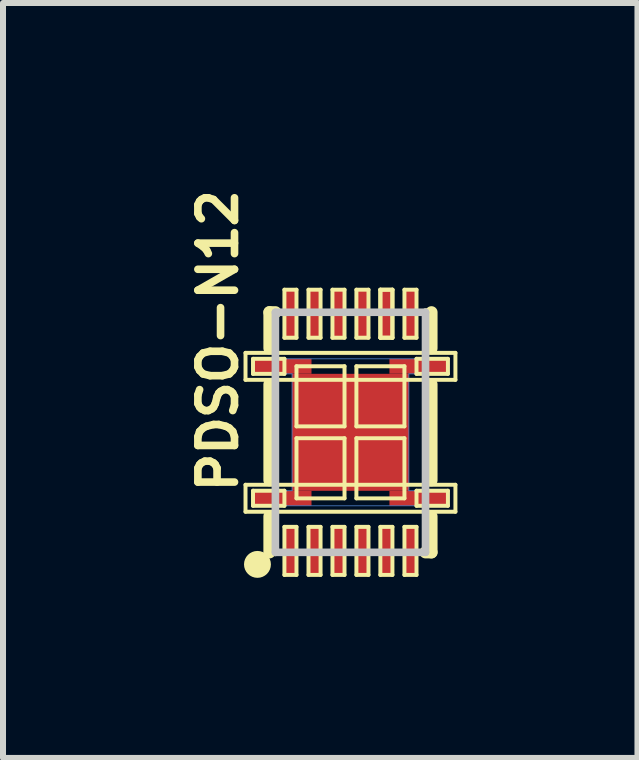
<source format=kicad_pcb>
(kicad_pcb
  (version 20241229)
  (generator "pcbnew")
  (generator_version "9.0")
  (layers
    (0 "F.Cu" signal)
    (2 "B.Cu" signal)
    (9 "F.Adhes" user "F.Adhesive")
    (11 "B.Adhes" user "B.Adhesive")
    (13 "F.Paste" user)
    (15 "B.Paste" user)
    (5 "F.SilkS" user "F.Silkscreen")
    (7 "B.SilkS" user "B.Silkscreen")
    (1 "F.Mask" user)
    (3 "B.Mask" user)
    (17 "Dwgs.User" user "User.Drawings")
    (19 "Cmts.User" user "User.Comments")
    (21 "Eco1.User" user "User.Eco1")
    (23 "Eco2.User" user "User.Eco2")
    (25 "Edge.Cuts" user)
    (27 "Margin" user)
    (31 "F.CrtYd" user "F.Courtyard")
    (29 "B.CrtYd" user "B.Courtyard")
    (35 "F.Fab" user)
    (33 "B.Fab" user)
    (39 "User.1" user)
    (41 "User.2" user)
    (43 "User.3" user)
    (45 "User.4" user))
  (footprint "PDSO-N12"
    (layer "F.Cu")
    (at 2.787 4.15)
    (property "Reference" "PDSO-N12" (at -2.207 -1.524 90) (layer "F.SilkS") (effects (font (size 0.61 0.61) (thickness 0.127))))
    (attr smd)
    (fp_line (start -1.648 -1.224) (end -1.648 -0.973) (stroke (width 0.013) (type solid)) (layer "B.Cu"))
    (fp_line (start -1.648 -0.973) (end -0.973 -0.973) (stroke (width 0.013) (type solid)) (layer "B.Cu"))
    (fp_line (start -1.648 0.973) (end -1.648 1.224) (stroke (width 0.013) (type solid)) (layer "B.Cu"))
    (fp_line (start -1.648 1.224) (end 1.648 1.224) (stroke (width 0.013) (type solid)) (layer "B.Cu"))
    (fp_line (start -0.973 -0.973) (end -0.973 0.973) (stroke (width 0.013) (type solid)) (layer "B.Cu"))
    (fp_line (start -0.973 0.973) (end -1.648 0.973) (stroke (width 0.013) (type solid)) (layer "B.Cu"))
    (fp_line (start 0.973 -0.973) (end 1.648 -0.973) (stroke (width 0.013) (type solid)) (layer "B.Cu"))
    (fp_line (start 0.973 0.973) (end 0.973 -0.973) (stroke (width 0.013) (type solid)) (layer "B.Cu"))
    (fp_line (start 1.648 -1.224) (end -1.648 -1.224) (stroke (width 0.013) (type solid)) (layer "B.Cu"))
    (fp_line (start 1.648 -0.973) (end 1.648 -1.224) (stroke (width 0.013) (type solid)) (layer "B.Cu"))
    (fp_line (start 1.648 0.973) (end 0.973 0.973) (stroke (width 0.013) (type solid)) (layer "B.Cu"))
    (fp_line (start 1.648 1.224) (end 1.648 0.973) (stroke (width 0.013) (type solid)) (layer "B.Cu"))
    (fp_line (start -1.748 -1.323) (end 1.748 -1.323) (stroke (width 0.066) (type solid)) (layer "F.SilkS"))
    (fp_line (start -1.748 -0.874) (end -1.748 -1.323) (stroke (width 0.066) (type solid)) (layer "F.SilkS"))
    (fp_line (start -1.748 -0.874) (end 1.748 -0.874) (stroke (width 0.066) (type solid)) (layer "F.SilkS"))
    (fp_line (start -1.748 0.874) (end 1.748 0.874) (stroke (width 0.066) (type solid)) (layer "F.SilkS"))
    (fp_line (start -1.748 1.323) (end -1.748 0.874) (stroke (width 0.066) (type solid)) (layer "F.SilkS"))
    (fp_line (start -1.748 1.323) (end 1.748 1.323) (stroke (width 0.066) (type solid)) (layer "F.SilkS"))
    (fp_line (start -1.623 -1.224) (end -1.1 -1.224) (stroke (width 0.066) (type solid)) (layer "F.SilkS"))
    (fp_line (start -1.623 -0.973) (end -1.623 -1.224) (stroke (width 0.066) (type solid)) (layer "F.SilkS"))
    (fp_line (start -1.623 -0.973) (end -1.1 -0.973) (stroke (width 0.066) (type solid)) (layer "F.SilkS"))
    (fp_line (start -1.623 0.973) (end -1.1 0.973) (stroke (width 0.066) (type solid)) (layer "F.SilkS"))
    (fp_line (start -1.623 1.224) (end -1.623 0.973) (stroke (width 0.066) (type solid)) (layer "F.SilkS"))
    (fp_line (start -1.623 1.224) (end -1.1 1.224) (stroke (width 0.066) (type solid)) (layer "F.SilkS"))
    (fp_line (start -1.349 -1.999) (end -1.349 -1.4) (stroke (width 0.203) (type solid)) (layer "F.SilkS"))
    (fp_line (start -1.349 -1.999) (end -1.25 -1.999) (stroke (width 0.203) (type solid)) (layer "F.SilkS"))
    (fp_line (start -1.349 -0.798) (end -1.349 0.798) (stroke (width 0.203) (type solid)) (layer "F.SilkS"))
    (fp_line (start -1.349 1.999) (end -1.349 1.4) (stroke (width 0.203) (type solid)) (layer "F.SilkS"))
    (fp_line (start -1.349 1.999) (end -1.25 1.999) (stroke (width 0.127) (type solid)) (layer "F.SilkS"))
    (fp_line (start -1.1 -2.375) (end -0.899 -2.375) (stroke (width 0.066) (type solid)) (layer "F.SilkS"))
    (fp_line (start -1.1 -1.575) (end -1.1 -2.375) (stroke (width 0.066) (type solid)) (layer "F.SilkS"))
    (fp_line (start -1.1 -1.575) (end -0.899 -1.575) (stroke (width 0.066) (type solid)) (layer "F.SilkS"))
    (fp_line (start -1.1 -0.973) (end -1.1 -1.224) (stroke (width 0.066) (type solid)) (layer "F.SilkS"))
    (fp_line (start -1.1 1.224) (end -1.1 0.973) (stroke (width 0.066) (type solid)) (layer "F.SilkS"))
    (fp_line (start -1.1 1.575) (end -0.899 1.575) (stroke (width 0.066) (type solid)) (layer "F.SilkS"))
    (fp_line (start -1.1 2.375) (end -1.1 1.575) (stroke (width 0.066) (type solid)) (layer "F.SilkS"))
    (fp_line (start -1.1 2.375) (end -0.899 2.375) (stroke (width 0.066) (type solid)) (layer "F.SilkS"))
    (fp_line (start -0.899 -1.575) (end -0.899 -2.375) (stroke (width 0.066) (type solid)) (layer "F.SilkS"))
    (fp_line (start -0.899 -1.1) (end -0.099 -1.1) (stroke (width 0.066) (type solid)) (layer "F.SilkS"))
    (fp_line (start -0.899 -0.099) (end -0.899 -1.1) (stroke (width 0.066) (type solid)) (layer "F.SilkS"))
    (fp_line (start -0.899 -0.099) (end -0.099 -0.099) (stroke (width 0.066) (type solid)) (layer "F.SilkS"))
    (fp_line (start -0.899 0.099) (end -0.099 0.099) (stroke (width 0.066) (type solid)) (layer "F.SilkS"))
    (fp_line (start -0.899 1.1) (end -0.899 0.099) (stroke (width 0.066) (type solid)) (layer "F.SilkS"))
    (fp_line (start -0.899 1.1) (end -0.099 1.1) (stroke (width 0.066) (type solid)) (layer "F.SilkS"))
    (fp_line (start -0.899 2.375) (end -0.899 1.575) (stroke (width 0.066) (type solid)) (layer "F.SilkS"))
    (fp_line (start -0.699 -2.375) (end -0.498 -2.375) (stroke (width 0.066) (type solid)) (layer "F.SilkS"))
    (fp_line (start -0.699 -1.575) (end -0.699 -2.375) (stroke (width 0.066) (type solid)) (layer "F.SilkS"))
    (fp_line (start -0.699 -1.575) (end -0.498 -1.575) (stroke (width 0.066) (type solid)) (layer "F.SilkS"))
    (fp_line (start -0.699 1.575) (end -0.498 1.575) (stroke (width 0.066) (type solid)) (layer "F.SilkS"))
    (fp_line (start -0.699 2.375) (end -0.699 1.575) (stroke (width 0.066) (type solid)) (layer "F.SilkS"))
    (fp_line (start -0.699 2.375) (end -0.498 2.375) (stroke (width 0.066) (type solid)) (layer "F.SilkS"))
    (fp_line (start -0.498 -1.575) (end -0.498 -2.375) (stroke (width 0.066) (type solid)) (layer "F.SilkS"))
    (fp_line (start -0.498 2.375) (end -0.498 1.575) (stroke (width 0.066) (type solid)) (layer "F.SilkS"))
    (fp_line (start -0.3 -2.375) (end -0.099 -2.375) (stroke (width 0.066) (type solid)) (layer "F.SilkS"))
    (fp_line (start -0.3 -1.575) (end -0.3 -2.375) (stroke (width 0.066) (type solid)) (layer "F.SilkS"))
    (fp_line (start -0.3 -1.575) (end -0.099 -1.575) (stroke (width 0.066) (type solid)) (layer "F.SilkS"))
    (fp_line (start -0.3 1.575) (end -0.099 1.575) (stroke (width 0.066) (type solid)) (layer "F.SilkS"))
    (fp_line (start -0.3 2.375) (end -0.3 1.575) (stroke (width 0.066) (type solid)) (layer "F.SilkS"))
    (fp_line (start -0.3 2.375) (end -0.099 2.375) (stroke (width 0.066) (type solid)) (layer "F.SilkS"))
    (fp_line (start -0.099 -1.575) (end -0.099 -2.375) (stroke (width 0.066) (type solid)) (layer "F.SilkS"))
    (fp_line (start -0.099 -0.099) (end -0.099 -1.1) (stroke (width 0.066) (type solid)) (layer "F.SilkS"))
    (fp_line (start -0.099 1.1) (end -0.099 0.099) (stroke (width 0.066) (type solid)) (layer "F.SilkS"))
    (fp_line (start -0.099 2.375) (end -0.099 1.575) (stroke (width 0.066) (type solid)) (layer "F.SilkS"))
    (fp_line (start 0.099 -2.375) (end 0.3 -2.375) (stroke (width 0.066) (type solid)) (layer "F.SilkS"))
    (fp_line (start 0.099 -1.575) (end 0.099 -2.375) (stroke (width 0.066) (type solid)) (layer "F.SilkS"))
    (fp_line (start 0.099 -1.575) (end 0.3 -1.575) (stroke (width 0.066) (type solid)) (layer "F.SilkS"))
    (fp_line (start 0.099 -1.1) (end 0.899 -1.1) (stroke (width 0.066) (type solid)) (layer "F.SilkS"))
    (fp_line (start 0.099 -0.099) (end 0.099 -1.1) (stroke (width 0.066) (type solid)) (layer "F.SilkS"))
    (fp_line (start 0.099 -0.099) (end 0.899 -0.099) (stroke (width 0.066) (type solid)) (layer "F.SilkS"))
    (fp_line (start 0.099 0.099) (end 0.899 0.099) (stroke (width 0.066) (type solid)) (layer "F.SilkS"))
    (fp_line (start 0.099 1.1) (end 0.099 0.099) (stroke (width 0.066) (type solid)) (layer "F.SilkS"))
    (fp_line (start 0.099 1.1) (end 0.899 1.1) (stroke (width 0.066) (type solid)) (layer "F.SilkS"))
    (fp_line (start 0.099 1.575) (end 0.3 1.575) (stroke (width 0.066) (type solid)) (layer "F.SilkS"))
    (fp_line (start 0.099 2.375) (end 0.099 1.575) (stroke (width 0.066) (type solid)) (layer "F.SilkS"))
    (fp_line (start 0.099 2.375) (end 0.3 2.375) (stroke (width 0.066) (type solid)) (layer "F.SilkS"))
    (fp_line (start 0.3 -1.575) (end 0.3 -2.375) (stroke (width 0.066) (type solid)) (layer "F.SilkS"))
    (fp_line (start 0.3 2.375) (end 0.3 1.575) (stroke (width 0.066) (type solid)) (layer "F.SilkS"))
    (fp_line (start 0.498 -2.375) (end 0.699 -2.375) (stroke (width 0.066) (type solid)) (layer "F.SilkS"))
    (fp_line (start 0.498 -2.375) (end 0.699 -2.375) (stroke (width 0.066) (type solid)) (layer "F.SilkS"))
    (fp_line (start 0.498 -1.575) (end 0.498 -2.375) (stroke (width 0.066) (type solid)) (layer "F.SilkS"))
    (fp_line (start 0.498 -1.575) (end 0.498 -2.375) (stroke (width 0.066) (type solid)) (layer "F.SilkS"))
    (fp_line (start 0.498 -1.575) (end 0.699 -1.575) (stroke (width 0.066) (type solid)) (layer "F.SilkS"))
    (fp_line (start 0.498 -1.575) (end 0.699 -1.575) (stroke (width 0.066) (type solid)) (layer "F.SilkS"))
    (fp_line (start 0.498 1.575) (end 0.699 1.575) (stroke (width 0.066) (type solid)) (layer "F.SilkS"))
    (fp_line (start 0.498 2.375) (end 0.498 1.575) (stroke (width 0.066) (type solid)) (layer "F.SilkS"))
    (fp_line (start 0.498 2.375) (end 0.699 2.375) (stroke (width 0.066) (type solid)) (layer "F.SilkS"))
    (fp_line (start 0.699 -1.575) (end 0.699 -2.375) (stroke (width 0.066) (type solid)) (layer "F.SilkS"))
    (fp_line (start 0.699 -1.575) (end 0.699 -2.375) (stroke (width 0.066) (type solid)) (layer "F.SilkS"))
    (fp_line (start 0.699 2.375) (end 0.699 1.575) (stroke (width 0.066) (type solid)) (layer "F.SilkS"))
    (fp_line (start 0.899 -2.375) (end 1.1 -2.375) (stroke (width 0.066) (type solid)) (layer "F.SilkS"))
    (fp_line (start 0.899 -1.575) (end 0.899 -2.375) (stroke (width 0.066) (type solid)) (layer "F.SilkS"))
    (fp_line (start 0.899 -1.575) (end 1.1 -1.575) (stroke (width 0.066) (type solid)) (layer "F.SilkS"))
    (fp_line (start 0.899 -0.099) (end 0.899 -1.1) (stroke (width 0.066) (type solid)) (layer "F.SilkS"))
    (fp_line (start 0.899 1.1) (end 0.899 0.099) (stroke (width 0.066) (type solid)) (layer "F.SilkS"))
    (fp_line (start 0.899 1.575) (end 1.1 1.575) (stroke (width 0.066) (type solid)) (layer "F.SilkS"))
    (fp_line (start 0.899 2.375) (end 0.899 1.575) (stroke (width 0.066) (type solid)) (layer "F.SilkS"))
    (fp_line (start 0.899 2.375) (end 1.1 2.375) (stroke (width 0.066) (type solid)) (layer "F.SilkS"))
    (fp_line (start 1.1 -1.575) (end 1.1 -2.375) (stroke (width 0.066) (type solid)) (layer "F.SilkS"))
    (fp_line (start 1.1 -1.224) (end 1.623 -1.224) (stroke (width 0.066) (type solid)) (layer "F.SilkS"))
    (fp_line (start 1.1 -0.973) (end 1.1 -1.224) (stroke (width 0.066) (type solid)) (layer "F.SilkS"))
    (fp_line (start 1.1 -0.973) (end 1.623 -0.973) (stroke (width 0.066) (type solid)) (layer "F.SilkS"))
    (fp_line (start 1.1 0.973) (end 1.623 0.973) (stroke (width 0.066) (type solid)) (layer "F.SilkS"))
    (fp_line (start 1.1 1.224) (end 1.1 0.973) (stroke (width 0.066) (type solid)) (layer "F.SilkS"))
    (fp_line (start 1.1 1.224) (end 1.623 1.224) (stroke (width 0.066) (type solid)) (layer "F.SilkS"))
    (fp_line (start 1.1 2.375) (end 1.1 1.575) (stroke (width 0.066) (type solid)) (layer "F.SilkS"))
    (fp_line (start 1.349 -1.999) (end 1.25 -1.999) (stroke (width 0.127) (type solid)) (layer "F.SilkS"))
    (fp_line (start 1.349 -1.999) (end 1.349 -1.4) (stroke (width 0.203) (type solid)) (layer "F.SilkS"))
    (fp_line (start 1.349 0.798) (end 1.349 -0.798) (stroke (width 0.203) (type solid)) (layer "F.SilkS"))
    (fp_line (start 1.349 1.999) (end 1.25 1.999) (stroke (width 0.203) (type solid)) (layer "F.SilkS"))
    (fp_line (start 1.349 1.999) (end 1.349 1.4) (stroke (width 0.203) (type solid)) (layer "F.SilkS"))
    (fp_line (start 1.623 -0.973) (end 1.623 -1.224) (stroke (width 0.066) (type solid)) (layer "F.SilkS"))
    (fp_line (start 1.623 1.224) (end 1.623 0.973) (stroke (width 0.066) (type solid)) (layer "F.SilkS"))
    (fp_line (start 1.748 -0.874) (end 1.748 -1.323) (stroke (width 0.066) (type solid)) (layer "F.SilkS"))
    (fp_line (start 1.748 1.323) (end 1.748 0.874) (stroke (width 0.066) (type solid)) (layer "F.SilkS"))
    (fp_circle (center -1.549 2.2) (end -1.549 1.976) (stroke (width 0) (type solid)) (fill yes) (layer "F.SilkS"))
    (fp_line (start -1.25 -1.999) (end -1.25 1.999) (stroke (width 0.127) (type solid)) (layer "Dwgs.User"))
    (fp_line (start -1.25 1.999) (end 1.25 1.999) (stroke (width 0.127) (type solid)) (layer "Dwgs.User"))
    (fp_line (start 1.25 -1.999) (end -1.25 -1.999) (stroke (width 0.127) (type solid)) (layer "Dwgs.User"))
    (fp_line (start 1.25 1.999) (end 1.25 -1.999) (stroke (width 0.127) (type solid)) (layer "Dwgs.User"))
    (pad "1" smd rect (at -0.998 1.974) (size 0.198 0.848) (layers "F.Cu" "F.Mask" "F.Paste"))
    (pad "2" smd rect (at -0.599 1.974) (size 0.198 0.848) (layers "F.Cu" "F.Mask" "F.Paste"))
    (pad "3" smd rect (at -0.198 1.974) (size 0.198 0.848) (layers "F.Cu" "F.Mask" "F.Paste"))
    (pad "4" smd rect (at 0.198 1.974) (size 0.198 0.848) (layers "F.Cu" "F.Mask" "F.Paste"))
    (pad "5" smd rect (at 0.599 1.974) (size 0.198 0.848) (layers "F.Cu" "F.Mask" "F.Paste"))
    (pad "6" smd rect (at 0.998 1.974) (size 0.198 0.848) (layers "F.Cu" "F.Mask" "F.Paste"))
    (pad "7" smd rect (at 0.998 -1.974 180) (size 0.198 0.848) (layers "F.Cu" "F.Mask" "F.Paste"))
    (pad "8" smd rect (at 0.599 -1.974 180) (size 0.198 0.848) (layers "F.Cu" "F.Mask" "F.Paste"))
    (pad "9" smd rect (at 0.198 -1.974 180) (size 0.198 0.848) (layers "F.Cu" "F.Mask" "F.Paste"))
    (pad "10" smd rect (at -0.198 -1.974 180) (size 0.198 0.848) (layers "F.Cu" "F.Mask" "F.Paste"))
    (pad "11" smd rect (at -0.599 -1.974 180) (size 0.198 0.848) (layers "F.Cu" "F.Mask" "F.Paste"))
    (pad "12" smd rect (at -0.998 -1.974 180) (size 0.198 0.848) (layers "F.Cu" "F.Mask" "F.Paste"))
    (pad "EP" smd rect (at 0 0) (size 1.948 1.948) (layers "F.Cu" "F.Mask" "F.Paste"))
    (pad "EP1" smd rect (at -1.148 -1.1) (size 0.998 0.249) (layers "F.Cu" "F.Mask" "F.Paste"))
    (pad "EP2" smd rect (at -1.148 1.1) (size 0.998 0.249) (layers "F.Cu" "F.Mask" "F.Paste"))
    (pad "EP3" smd rect (at 1.148 1.1 180) (size 0.998 0.249) (layers "F.Cu" "F.Mask" "F.Paste"))
    (pad "EP4" smd rect (at 1.148 -1.1 180) (size 0.998 0.249) (layers "F.Cu" "F.Mask" "F.Paste")))
  (gr_rect
    (start -3 -3)
    (end 7.567 9.573)
    (stroke (width 0.1) (type default))
    (fill no)
    (layer "Edge.Cuts")))
</source>
